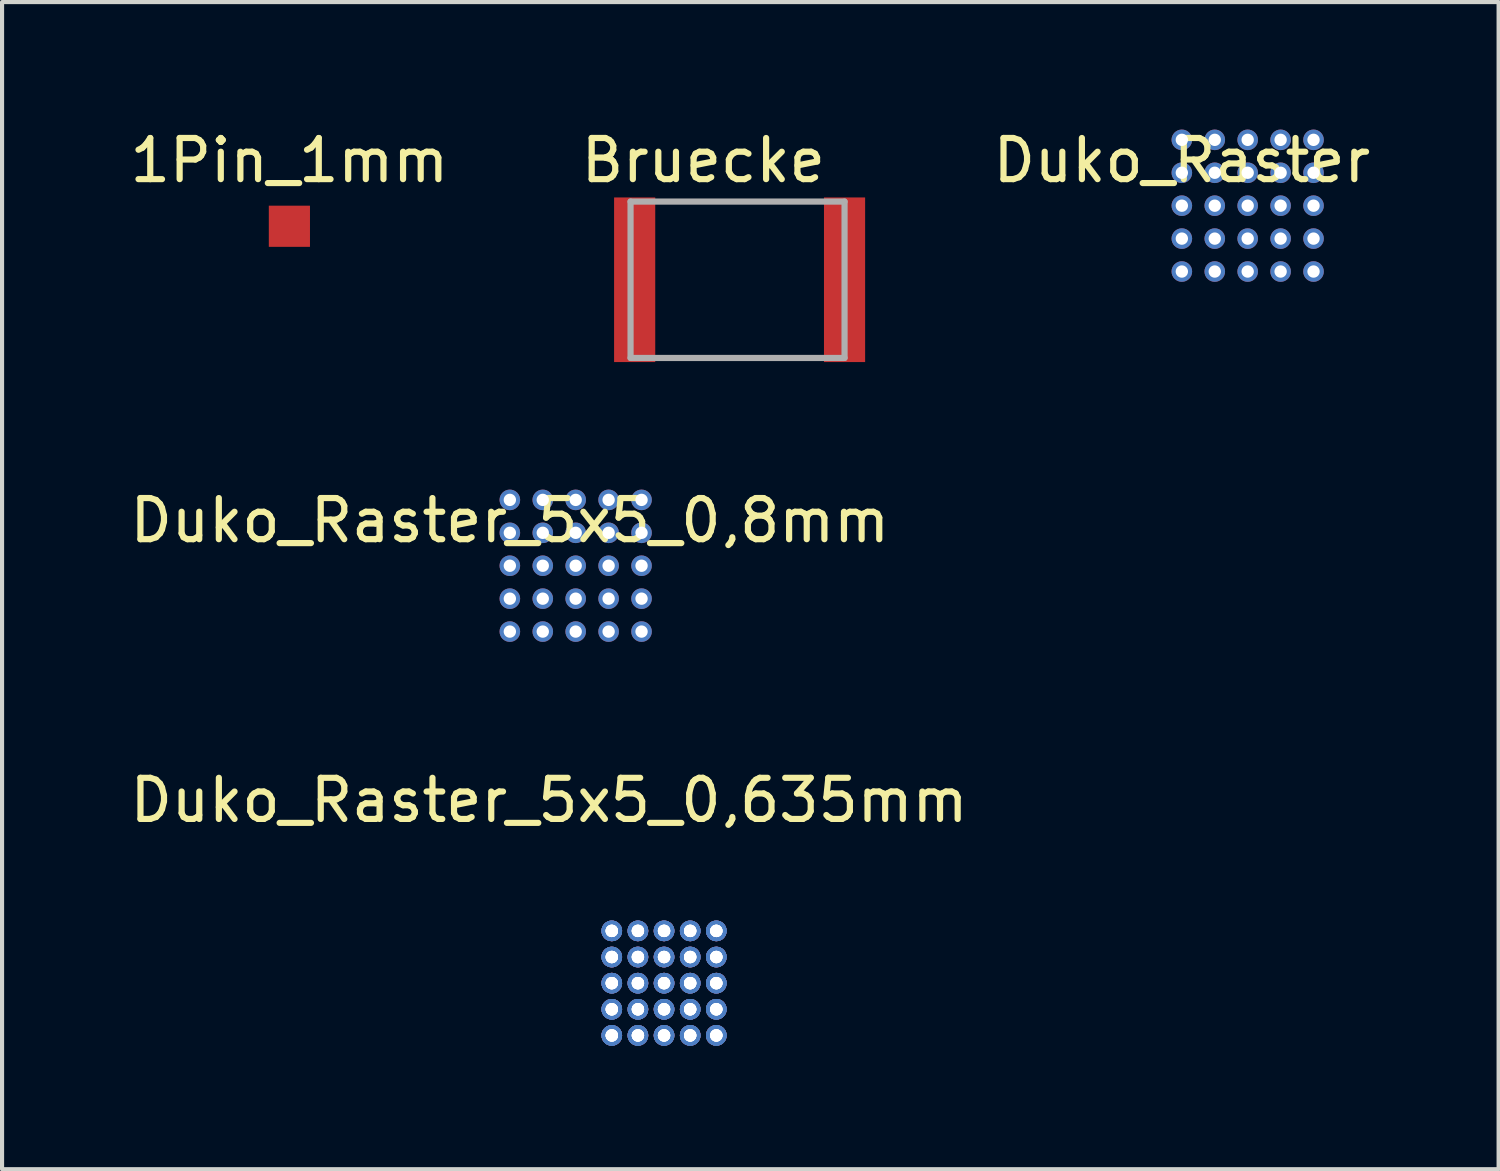
<source format=kicad_pcb>
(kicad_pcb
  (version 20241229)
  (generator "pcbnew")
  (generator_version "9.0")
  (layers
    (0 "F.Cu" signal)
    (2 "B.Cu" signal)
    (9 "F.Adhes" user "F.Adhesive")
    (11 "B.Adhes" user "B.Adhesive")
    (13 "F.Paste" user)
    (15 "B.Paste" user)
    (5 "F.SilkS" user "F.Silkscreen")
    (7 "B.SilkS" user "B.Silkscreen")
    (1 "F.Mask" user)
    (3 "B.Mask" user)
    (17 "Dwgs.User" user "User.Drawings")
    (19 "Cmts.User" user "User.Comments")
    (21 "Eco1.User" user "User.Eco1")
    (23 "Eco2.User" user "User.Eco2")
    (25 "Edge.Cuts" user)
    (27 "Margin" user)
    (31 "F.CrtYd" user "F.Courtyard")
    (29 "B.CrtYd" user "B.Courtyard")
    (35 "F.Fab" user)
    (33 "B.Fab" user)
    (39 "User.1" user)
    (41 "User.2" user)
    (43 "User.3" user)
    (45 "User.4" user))
  (footprint "1Pin_1mm"
    (layer "F.Cu")
    (at 3.982 2.448)
    (property "Reference" "1Pin_1mm" (at 0 -1.6 0) (layer "F.SilkS") (effects (font (size 1 1) (thickness 0.15))))
    (attr through_hole)
    (pad "1" smd rect (at 0 0) (size 1 1) (layers "F.Cu" "F.Mask" "F.Paste")))
  (footprint "Duko_Raster_5x5_0,8mm"
    (layer "F.Cu")
    (at 9.339 9.097)
    (property "Reference" "Duko_Raster_5x5_0,8mm" (at 0 0.5 0) (layer "F.SilkS") (effects (font (size 1 1) (thickness 0.15))))
    (attr through_hole)
    (pad "1" thru_hole circle (at 0 0) (size 0.5 0.5) (drill 0.3) (layers "*.Cu" "*.Mask"))
    (pad "1" thru_hole circle (at 0 0.8) (size 0.5 0.5) (drill 0.3) (layers "*.Cu" "*.Mask"))
    (pad "1" thru_hole circle (at 0 1.6) (size 0.5 0.5) (drill 0.3) (layers "*.Cu" "*.Mask"))
    (pad "1" thru_hole circle (at 0 2.4) (size 0.5 0.5) (drill 0.3) (layers "*.Cu" "*.Mask"))
    (pad "1" thru_hole circle (at 0 3.2) (size 0.5 0.5) (drill 0.3) (layers "*.Cu" "*.Mask"))
    (pad "1" thru_hole circle (at 0.8 0) (size 0.5 0.5) (drill 0.3) (layers "*.Cu" "*.Mask"))
    (pad "1" thru_hole circle (at 0.8 0.8) (size 0.5 0.5) (drill 0.3) (layers "*.Cu" "*.Mask"))
    (pad "1" thru_hole circle (at 0.8 1.6) (size 0.5 0.5) (drill 0.3) (layers "*.Cu" "*.Mask"))
    (pad "1" thru_hole circle (at 0.8 2.4) (size 0.5 0.5) (drill 0.3) (layers "*.Cu" "*.Mask"))
    (pad "1" thru_hole circle (at 0.8 3.2) (size 0.5 0.5) (drill 0.3) (layers "*.Cu" "*.Mask"))
    (pad "1" thru_hole circle (at 1.6 0) (size 0.5 0.5) (drill 0.3) (layers "*.Cu" "*.Mask"))
    (pad "1" thru_hole circle (at 1.6 0.8) (size 0.5 0.5) (drill 0.3) (layers "*.Cu" "*.Mask"))
    (pad "1" thru_hole circle (at 1.6 1.6) (size 0.5 0.5) (drill 0.3) (layers "*.Cu" "*.Mask"))
    (pad "1" thru_hole circle (at 1.6 2.4) (size 0.5 0.5) (drill 0.3) (layers "*.Cu" "*.Mask"))
    (pad "1" thru_hole circle (at 1.6 3.2) (size 0.5 0.5) (drill 0.3) (layers "*.Cu" "*.Mask"))
    (pad "1" thru_hole circle (at 2.4 0) (size 0.5 0.5) (drill 0.3) (layers "*.Cu" "*.Mask"))
    (pad "1" thru_hole circle (at 2.4 0.8) (size 0.5 0.5) (drill 0.3) (layers "*.Cu" "*.Mask"))
    (pad "1" thru_hole circle (at 2.4 1.6) (size 0.5 0.5) (drill 0.3) (layers "*.Cu" "*.Mask"))
    (pad "1" thru_hole circle (at 2.4 2.4) (size 0.5 0.5) (drill 0.3) (layers "*.Cu" "*.Mask"))
    (pad "1" thru_hole circle (at 2.4 3.2) (size 0.5 0.5) (drill 0.3) (layers "*.Cu" "*.Mask"))
    (pad "1" thru_hole circle (at 3.2 0) (size 0.5 0.5) (drill 0.3) (layers "*.Cu" "*.Mask"))
    (pad "1" thru_hole circle (at 3.2 0.8) (size 0.5 0.5) (drill 0.3) (layers "*.Cu" "*.Mask"))
    (pad "1" thru_hole circle (at 3.2 1.6) (size 0.5 0.5) (drill 0.3) (layers "*.Cu" "*.Mask"))
    (pad "1" thru_hole circle (at 3.2 2.4) (size 0.5 0.5) (drill 0.3) (layers "*.Cu" "*.Mask"))
    (pad "1" thru_hole circle (at 3.2 3.2) (size 0.5 0.5) (drill 0.3) (layers "*.Cu" "*.Mask")))
  (footprint "Bruecke"
    (layer "F.Cu")
    (at 13.272 3.748)
    (property "Reference" "Bruecke" (at 0.77 -2.9 0) (layer "F.SilkS") (effects (font (size 1 1) (thickness 0.15))))
    (attr smd)
    (fp_line (start -1 -1.9) (end 4.2 -1.9) (stroke (width 0.15) (type solid)) (layer "F.Fab"))
    (fp_line (start -1 1.9) (end -1 -1.9) (stroke (width 0.15) (type solid)) (layer "F.Fab"))
    (fp_line (start 4.2 -1.9) (end 4.2 1.9) (stroke (width 0.15) (type solid)) (layer "F.Fab"))
    (fp_line (start 4.2 1.9) (end -1 1.9) (stroke (width 0.15) (type solid)) (layer "F.Fab"))
    (pad "1" smd rect (at -0.9 0) (size 1 4) (layers "F.Cu" "F.Mask" "F.Paste"))
    (pad "2" smd rect (at 4.2 0) (size 1 4) (layers "F.Cu" "F.Mask" "F.Paste")))
  (footprint "Duko_Raster_5x5_0,635mm"
    (layer "F.Cu")
    (at 11.816 19.57)
    (property "Reference" "Duko_Raster_5x5_0,635mm" (at -1.524 -3.175 0) (layer "F.SilkS") (effects (font (size 1 1) (thickness 0.15))))
    (attr through_hole)
    (pad "1" thru_hole circle (at 0 0) (size 0.5 0.5) (drill 0.3) (layers "*.Cu" "*.Mask"))
    (pad "1" thru_hole circle (at 0 0) (size 0.5 0.5) (drill 0.3) (layers "*.Cu" "*.Mask"))
    (pad "1" thru_hole circle (at 0 0) (size 0.5 0.5) (drill 0.3) (layers "*.Cu" "*.Mask"))
    (pad "1" thru_hole circle (at 0 0) (size 0.5 0.5) (drill 0.3) (layers "*.Cu" "*.Mask"))
    (pad "1" thru_hole circle (at 0 0.635) (size 0.5 0.5) (drill 0.3) (layers "*.Cu" "*.Mask"))
    (pad "1" thru_hole circle (at 0 0.635) (size 0.5 0.5) (drill 0.3) (layers "*.Cu" "*.Mask"))
    (pad "1" thru_hole circle (at 0 0.635) (size 0.5 0.5) (drill 0.3) (layers "*.Cu" "*.Mask"))
    (pad "1" thru_hole circle (at 0 0.635) (size 0.5 0.5) (drill 0.3) (layers "*.Cu" "*.Mask"))
    (pad "1" thru_hole circle (at 0 1.27) (size 0.5 0.5) (drill 0.3) (layers "*.Cu" "*.Mask"))
    (pad "1" thru_hole circle (at 0 1.27) (size 0.5 0.5) (drill 0.3) (layers "*.Cu" "*.Mask"))
    (pad "1" thru_hole circle (at 0 1.27) (size 0.5 0.5) (drill 0.3) (layers "*.Cu" "*.Mask"))
    (pad "1" thru_hole circle (at 0 1.27) (size 0.5 0.5) (drill 0.3) (layers "*.Cu" "*.Mask"))
    (pad "1" thru_hole circle (at 0 1.905) (size 0.5 0.5) (drill 0.3) (layers "*.Cu" "*.Mask"))
    (pad "1" thru_hole circle (at 0 1.905) (size 0.5 0.5) (drill 0.3) (layers "*.Cu" "*.Mask"))
    (pad "1" thru_hole circle (at 0 1.905) (size 0.5 0.5) (drill 0.3) (layers "*.Cu" "*.Mask"))
    (pad "1" thru_hole circle (at 0 1.905) (size 0.5 0.5) (drill 0.3) (layers "*.Cu" "*.Mask"))
    (pad "1" thru_hole circle (at 0 2.54) (size 0.5 0.5) (drill 0.3) (layers "*.Cu" "*.Mask"))
    (pad "1" thru_hole circle (at 0 2.54) (size 0.5 0.5) (drill 0.3) (layers "*.Cu" "*.Mask"))
    (pad "1" thru_hole circle (at 0 2.54) (size 0.5 0.5) (drill 0.3) (layers "*.Cu" "*.Mask"))
    (pad "1" thru_hole circle (at 0 2.54) (size 0.5 0.5) (drill 0.3) (layers "*.Cu" "*.Mask"))
    (pad "1" thru_hole circle (at 0.635 0) (size 0.5 0.5) (drill 0.3) (layers "*.Cu" "*.Mask"))
    (pad "1" thru_hole circle (at 0.635 0) (size 0.5 0.5) (drill 0.3) (layers "*.Cu" "*.Mask"))
    (pad "1" thru_hole circle (at 0.635 0) (size 0.5 0.5) (drill 0.3) (layers "*.Cu" "*.Mask"))
    (pad "1" thru_hole circle (at 0.635 0) (size 0.5 0.5) (drill 0.3) (layers "*.Cu" "*.Mask"))
    (pad "1" thru_hole circle (at 0.635 0.635) (size 0.5 0.5) (drill 0.3) (layers "*.Cu" "*.Mask"))
    (pad "1" thru_hole circle (at 0.635 0.635) (size 0.5 0.5) (drill 0.3) (layers "*.Cu" "*.Mask"))
    (pad "1" thru_hole circle (at 0.635 0.635) (size 0.5 0.5) (drill 0.3) (layers "*.Cu" "*.Mask"))
    (pad "1" thru_hole circle (at 0.635 0.635) (size 0.5 0.5) (drill 0.3) (layers "*.Cu" "*.Mask"))
    (pad "1" thru_hole circle (at 0.635 1.27) (size 0.5 0.5) (drill 0.3) (layers "*.Cu" "*.Mask"))
    (pad "1" thru_hole circle (at 0.635 1.27) (size 0.5 0.5) (drill 0.3) (layers "*.Cu" "*.Mask"))
    (pad "1" thru_hole circle (at 0.635 1.27) (size 0.5 0.5) (drill 0.3) (layers "*.Cu" "*.Mask"))
    (pad "1" thru_hole circle (at 0.635 1.27) (size 0.5 0.5) (drill 0.3) (layers "*.Cu" "*.Mask"))
    (pad "1" thru_hole circle (at 0.635 1.905) (size 0.5 0.5) (drill 0.3) (layers "*.Cu" "*.Mask"))
    (pad "1" thru_hole circle (at 0.635 1.905) (size 0.5 0.5) (drill 0.3) (layers "*.Cu" "*.Mask"))
    (pad "1" thru_hole circle (at 0.635 1.905) (size 0.5 0.5) (drill 0.3) (layers "*.Cu" "*.Mask"))
    (pad "1" thru_hole circle (at 0.635 1.905) (size 0.5 0.5) (drill 0.3) (layers "*.Cu" "*.Mask"))
    (pad "1" thru_hole circle (at 0.635 2.54) (size 0.5 0.5) (drill 0.3) (layers "*.Cu" "*.Mask"))
    (pad "1" thru_hole circle (at 0.635 2.54) (size 0.5 0.5) (drill 0.3) (layers "*.Cu" "*.Mask"))
    (pad "1" thru_hole circle (at 0.635 2.54) (size 0.5 0.5) (drill 0.3) (layers "*.Cu" "*.Mask"))
    (pad "1" thru_hole circle (at 0.635 2.54) (size 0.5 0.5) (drill 0.3) (layers "*.Cu" "*.Mask"))
    (pad "1" thru_hole circle (at 1.27 0) (size 0.5 0.5) (drill 0.3) (layers "*.Cu" "*.Mask"))
    (pad "1" thru_hole circle (at 1.27 0) (size 0.5 0.5) (drill 0.3) (layers "*.Cu" "*.Mask"))
    (pad "1" thru_hole circle (at 1.27 0) (size 0.5 0.5) (drill 0.3) (layers "*.Cu" "*.Mask"))
    (pad "1" thru_hole circle (at 1.27 0) (size 0.5 0.5) (drill 0.3) (layers "*.Cu" "*.Mask"))
    (pad "1" thru_hole circle (at 1.27 0.635) (size 0.5 0.5) (drill 0.3) (layers "*.Cu" "*.Mask"))
    (pad "1" thru_hole circle (at 1.27 0.635) (size 0.5 0.5) (drill 0.3) (layers "*.Cu" "*.Mask"))
    (pad "1" thru_hole circle (at 1.27 0.635) (size 0.5 0.5) (drill 0.3) (layers "*.Cu" "*.Mask"))
    (pad "1" thru_hole circle (at 1.27 0.635) (size 0.5 0.5) (drill 0.3) (layers "*.Cu" "*.Mask"))
    (pad "1" thru_hole circle (at 1.27 1.27) (size 0.5 0.5) (drill 0.3) (layers "*.Cu" "*.Mask"))
    (pad "1" thru_hole circle (at 1.27 1.27) (size 0.5 0.5) (drill 0.3) (layers "*.Cu" "*.Mask"))
    (pad "1" thru_hole circle (at 1.27 1.27) (size 0.5 0.5) (drill 0.3) (layers "*.Cu" "*.Mask"))
    (pad "1" thru_hole circle (at 1.27 1.27) (size 0.5 0.5) (drill 0.3) (layers "*.Cu" "*.Mask"))
    (pad "1" thru_hole circle (at 1.27 1.905) (size 0.5 0.5) (drill 0.3) (layers "*.Cu" "*.Mask"))
    (pad "1" thru_hole circle (at 1.27 1.905) (size 0.5 0.5) (drill 0.3) (layers "*.Cu" "*.Mask"))
    (pad "1" thru_hole circle (at 1.27 1.905) (size 0.5 0.5) (drill 0.3) (layers "*.Cu" "*.Mask"))
    (pad "1" thru_hole circle (at 1.27 1.905) (size 0.5 0.5) (drill 0.3) (layers "*.Cu" "*.Mask"))
    (pad "1" thru_hole circle (at 1.27 2.54) (size 0.5 0.5) (drill 0.3) (layers "*.Cu" "*.Mask"))
    (pad "1" thru_hole circle (at 1.27 2.54) (size 0.5 0.5) (drill 0.3) (layers "*.Cu" "*.Mask"))
    (pad "1" thru_hole circle (at 1.27 2.54) (size 0.5 0.5) (drill 0.3) (layers "*.Cu" "*.Mask"))
    (pad "1" thru_hole circle (at 1.27 2.54) (size 0.5 0.5) (drill 0.3) (layers "*.Cu" "*.Mask"))
    (pad "1" thru_hole circle (at 1.905 0) (size 0.5 0.5) (drill 0.3) (layers "*.Cu" "*.Mask"))
    (pad "1" thru_hole circle (at 1.905 0) (size 0.5 0.5) (drill 0.3) (layers "*.Cu" "*.Mask"))
    (pad "1" thru_hole circle (at 1.905 0) (size 0.5 0.5) (drill 0.3) (layers "*.Cu" "*.Mask"))
    (pad "1" thru_hole circle (at 1.905 0) (size 0.5 0.5) (drill 0.3) (layers "*.Cu" "*.Mask"))
    (pad "1" thru_hole circle (at 1.905 0.635) (size 0.5 0.5) (drill 0.3) (layers "*.Cu" "*.Mask"))
    (pad "1" thru_hole circle (at 1.905 0.635) (size 0.5 0.5) (drill 0.3) (layers "*.Cu" "*.Mask"))
    (pad "1" thru_hole circle (at 1.905 0.635) (size 0.5 0.5) (drill 0.3) (layers "*.Cu" "*.Mask"))
    (pad "1" thru_hole circle (at 1.905 0.635) (size 0.5 0.5) (drill 0.3) (layers "*.Cu" "*.Mask"))
    (pad "1" thru_hole circle (at 1.905 1.27) (size 0.5 0.5) (drill 0.3) (layers "*.Cu" "*.Mask"))
    (pad "1" thru_hole circle (at 1.905 1.27) (size 0.5 0.5) (drill 0.3) (layers "*.Cu" "*.Mask"))
    (pad "1" thru_hole circle (at 1.905 1.27) (size 0.5 0.5) (drill 0.3) (layers "*.Cu" "*.Mask"))
    (pad "1" thru_hole circle (at 1.905 1.27) (size 0.5 0.5) (drill 0.3) (layers "*.Cu" "*.Mask"))
    (pad "1" thru_hole circle (at 1.905 1.905) (size 0.5 0.5) (drill 0.3) (layers "*.Cu" "*.Mask"))
    (pad "1" thru_hole circle (at 1.905 1.905) (size 0.5 0.5) (drill 0.3) (layers "*.Cu" "*.Mask"))
    (pad "1" thru_hole circle (at 1.905 1.905) (size 0.5 0.5) (drill 0.3) (layers "*.Cu" "*.Mask"))
    (pad "1" thru_hole circle (at 1.905 1.905) (size 0.5 0.5) (drill 0.3) (layers "*.Cu" "*.Mask"))
    (pad "1" thru_hole circle (at 1.905 2.54) (size 0.5 0.5) (drill 0.3) (layers "*.Cu" "*.Mask"))
    (pad "1" thru_hole circle (at 1.905 2.54) (size 0.5 0.5) (drill 0.3) (layers "*.Cu" "*.Mask"))
    (pad "1" thru_hole circle (at 1.905 2.54) (size 0.5 0.5) (drill 0.3) (layers "*.Cu" "*.Mask"))
    (pad "1" thru_hole circle (at 1.905 2.54) (size 0.5 0.5) (drill 0.3) (layers "*.Cu" "*.Mask"))
    (pad "1" thru_hole circle (at 2.54 0) (size 0.5 0.5) (drill 0.3) (layers "*.Cu" "*.Mask"))
    (pad "1" thru_hole circle (at 2.54 0) (size 0.5 0.5) (drill 0.3) (layers "*.Cu" "*.Mask"))
    (pad "1" thru_hole circle (at 2.54 0) (size 0.5 0.5) (drill 0.3) (layers "*.Cu" "*.Mask"))
    (pad "1" thru_hole circle (at 2.54 0) (size 0.5 0.5) (drill 0.3) (layers "*.Cu" "*.Mask"))
    (pad "1" thru_hole circle (at 2.54 0.635) (size 0.5 0.5) (drill 0.3) (layers "*.Cu" "*.Mask"))
    (pad "1" thru_hole circle (at 2.54 0.635) (size 0.5 0.5) (drill 0.3) (layers "*.Cu" "*.Mask"))
    (pad "1" thru_hole circle (at 2.54 0.635) (size 0.5 0.5) (drill 0.3) (layers "*.Cu" "*.Mask"))
    (pad "1" thru_hole circle (at 2.54 0.635) (size 0.5 0.5) (drill 0.3) (layers "*.Cu" "*.Mask"))
    (pad "1" thru_hole circle (at 2.54 1.27) (size 0.5 0.5) (drill 0.3) (layers "*.Cu" "*.Mask"))
    (pad "1" thru_hole circle (at 2.54 1.27) (size 0.5 0.5) (drill 0.3) (layers "*.Cu" "*.Mask"))
    (pad "1" thru_hole circle (at 2.54 1.27) (size 0.5 0.5) (drill 0.3) (layers "*.Cu" "*.Mask"))
    (pad "1" thru_hole circle (at 2.54 1.27) (size 0.5 0.5) (drill 0.3) (layers "*.Cu" "*.Mask"))
    (pad "1" thru_hole circle (at 2.54 1.905) (size 0.5 0.5) (drill 0.3) (layers "*.Cu" "*.Mask"))
    (pad "1" thru_hole circle (at 2.54 1.905) (size 0.5 0.5) (drill 0.3) (layers "*.Cu" "*.Mask"))
    (pad "1" thru_hole circle (at 2.54 1.905) (size 0.5 0.5) (drill 0.3) (layers "*.Cu" "*.Mask"))
    (pad "1" thru_hole circle (at 2.54 1.905) (size 0.5 0.5) (drill 0.3) (layers "*.Cu" "*.Mask"))
    (pad "1" thru_hole circle (at 2.54 2.54) (size 0.5 0.5) (drill 0.3) (layers "*.Cu" "*.Mask"))
    (pad "1" thru_hole circle (at 2.54 2.54) (size 0.5 0.5) (drill 0.3) (layers "*.Cu" "*.Mask"))
    (pad "1" thru_hole circle (at 2.54 2.54) (size 0.5 0.5) (drill 0.3) (layers "*.Cu" "*.Mask"))
    (pad "1" thru_hole circle (at 2.54 2.54) (size 0.5 0.5) (drill 0.3) (layers "*.Cu" "*.Mask")))
  (footprint "Duko_Raster"
    (layer "F.Cu")
    (at 25.668 0.348)
    (property "Reference" "Duko_Raster" (at 0 0.5 0) (layer "F.SilkS") (effects (font (size 1 1) (thickness 0.15))))
    (attr through_hole)
    (pad "1" thru_hole circle (at 0 0) (size 0.5 0.5) (drill 0.3) (layers "*.Cu" "*.Mask"))
    (pad "1" thru_hole circle (at 0 0.8) (size 0.5 0.5) (drill 0.3) (layers "*.Cu" "*.Mask"))
    (pad "1" thru_hole circle (at 0 1.6) (size 0.5 0.5) (drill 0.3) (layers "*.Cu" "*.Mask"))
    (pad "1" thru_hole circle (at 0 2.4) (size 0.5 0.5) (drill 0.3) (layers "*.Cu" "*.Mask"))
    (pad "1" thru_hole circle (at 0 3.2) (size 0.5 0.5) (drill 0.3) (layers "*.Cu" "*.Mask"))
    (pad "1" thru_hole circle (at 0.8 0) (size 0.5 0.5) (drill 0.3) (layers "*.Cu" "*.Mask"))
    (pad "1" thru_hole circle (at 0.8 0.8) (size 0.5 0.5) (drill 0.3) (layers "*.Cu" "*.Mask"))
    (pad "1" thru_hole circle (at 0.8 1.6) (size 0.5 0.5) (drill 0.3) (layers "*.Cu" "*.Mask"))
    (pad "1" thru_hole circle (at 0.8 2.4) (size 0.5 0.5) (drill 0.3) (layers "*.Cu" "*.Mask"))
    (pad "1" thru_hole circle (at 0.8 3.2) (size 0.5 0.5) (drill 0.3) (layers "*.Cu" "*.Mask"))
    (pad "1" thru_hole circle (at 1.6 0) (size 0.5 0.5) (drill 0.3) (layers "*.Cu" "*.Mask"))
    (pad "1" thru_hole circle (at 1.6 0.8) (size 0.5 0.5) (drill 0.3) (layers "*.Cu" "*.Mask"))
    (pad "1" thru_hole circle (at 1.6 1.6) (size 0.5 0.5) (drill 0.3) (layers "*.Cu" "*.Mask"))
    (pad "1" thru_hole circle (at 1.6 2.4) (size 0.5 0.5) (drill 0.3) (layers "*.Cu" "*.Mask"))
    (pad "1" thru_hole circle (at 1.6 3.2) (size 0.5 0.5) (drill 0.3) (layers "*.Cu" "*.Mask"))
    (pad "1" thru_hole circle (at 2.4 0) (size 0.5 0.5) (drill 0.3) (layers "*.Cu" "*.Mask"))
    (pad "1" thru_hole circle (at 2.4 0.8) (size 0.5 0.5) (drill 0.3) (layers "*.Cu" "*.Mask"))
    (pad "1" thru_hole circle (at 2.4 1.6) (size 0.5 0.5) (drill 0.3) (layers "*.Cu" "*.Mask"))
    (pad "1" thru_hole circle (at 2.4 2.4) (size 0.5 0.5) (drill 0.3) (layers "*.Cu" "*.Mask"))
    (pad "1" thru_hole circle (at 2.4 3.2) (size 0.5 0.5) (drill 0.3) (layers "*.Cu" "*.Mask"))
    (pad "1" thru_hole circle (at 3.2 0) (size 0.5 0.5) (drill 0.3) (layers "*.Cu" "*.Mask"))
    (pad "1" thru_hole circle (at 3.2 0.8) (size 0.5 0.5) (drill 0.3) (layers "*.Cu" "*.Mask"))
    (pad "1" thru_hole circle (at 3.2 1.6) (size 0.5 0.5) (drill 0.3) (layers "*.Cu" "*.Mask"))
    (pad "1" thru_hole circle (at 3.2 2.4) (size 0.5 0.5) (drill 0.3) (layers "*.Cu" "*.Mask"))
    (pad "1" thru_hole circle (at 3.2 3.2) (size 0.5 0.5) (drill 0.3) (layers "*.Cu" "*.Mask")))
  (gr_rect
    (start -3 -3)
    (end 33.365 25.36)
    (stroke (width 0.1) (type default))
    (fill no)
    (layer "Edge.Cuts")))
</source>
